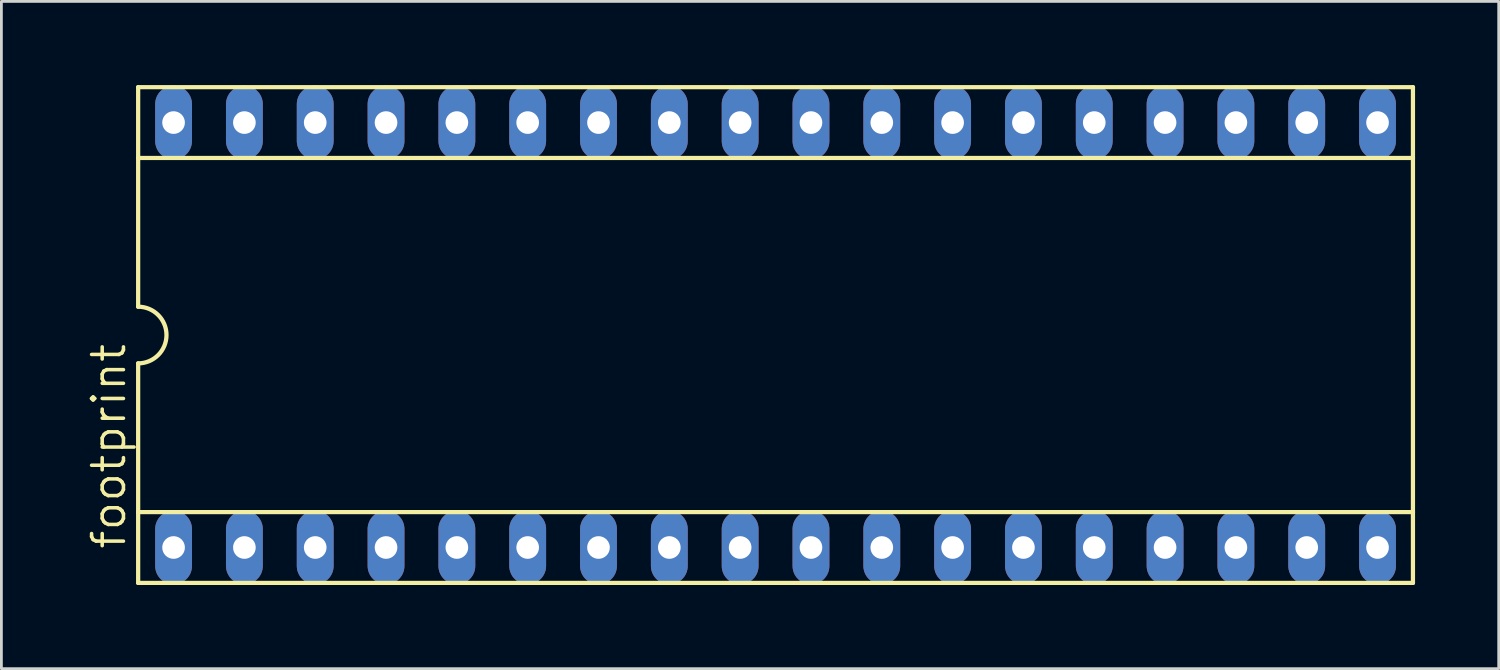
<source format=kicad_pcb>
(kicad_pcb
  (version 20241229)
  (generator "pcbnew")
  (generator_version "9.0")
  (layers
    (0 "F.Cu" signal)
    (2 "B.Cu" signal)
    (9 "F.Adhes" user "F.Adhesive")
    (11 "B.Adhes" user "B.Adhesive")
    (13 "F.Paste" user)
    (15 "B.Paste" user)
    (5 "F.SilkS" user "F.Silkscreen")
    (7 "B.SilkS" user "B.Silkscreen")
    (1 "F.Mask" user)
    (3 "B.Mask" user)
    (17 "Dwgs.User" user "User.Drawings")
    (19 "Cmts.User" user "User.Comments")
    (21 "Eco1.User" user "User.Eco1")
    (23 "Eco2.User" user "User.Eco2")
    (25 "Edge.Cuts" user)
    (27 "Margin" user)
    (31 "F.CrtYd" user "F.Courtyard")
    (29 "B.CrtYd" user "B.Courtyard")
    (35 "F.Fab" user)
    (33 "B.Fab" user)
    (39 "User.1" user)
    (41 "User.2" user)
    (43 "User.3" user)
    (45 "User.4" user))
  (footprint "footprint"
    (layer "F.Cu")
    (at 24.765 8.966)
    (property "Reference" "footprint" (at -23.241 7.747 90) (layer "F.SilkS") (effects (font (size 1.143 1.143) (thickness 0.127)) (justify left bottom)))
    (fp_line (start -22.86 -8.89) (end -22.86 -6.35) (stroke (width 0.152) (type solid)) (layer "F.SilkS"))
    (fp_line (start -22.86 -6.35) (end -22.86 -1.016) (stroke (width 0.152) (type solid)) (layer "F.SilkS"))
    (fp_line (start -22.86 -6.35) (end 22.86 -6.35) (stroke (width 0.152) (type solid)) (layer "F.SilkS"))
    (fp_line (start -22.86 6.35) (end -22.86 1.016) (stroke (width 0.152) (type solid)) (layer "F.SilkS"))
    (fp_line (start -22.86 6.35) (end 22.86 6.35) (stroke (width 0.152) (type solid)) (layer "F.SilkS"))
    (fp_line (start -22.86 8.89) (end -22.86 6.35) (stroke (width 0.152) (type solid)) (layer "F.SilkS"))
    (fp_line (start -22.86 8.89) (end 22.86 8.89) (stroke (width 0.152) (type solid)) (layer "F.SilkS"))
    (fp_line (start 22.86 -8.89) (end -22.86 -8.89) (stroke (width 0.152) (type solid)) (layer "F.SilkS"))
    (fp_line (start 22.86 -8.89) (end 22.86 -6.35) (stroke (width 0.152) (type solid)) (layer "F.SilkS"))
    (fp_line (start 22.86 -6.35) (end 22.86 6.35) (stroke (width 0.152) (type solid)) (layer "F.SilkS"))
    (fp_line (start 22.86 6.35) (end 22.86 8.89) (stroke (width 0.152) (type solid)) (layer "F.SilkS"))
    (fp_arc (start -22.86 -1.016) (mid -21.844 0) (end -22.86 1.016) (stroke (width 0.1524) (type solid)) (layer "F.SilkS"))
    (pad "1" thru_hole oval (at -21.59 7.62 90) (size 2.642 1.321) (drill 0.813) (layers "*.Cu" "*.Mask"))
    (pad "2" thru_hole oval (at -19.05 7.62 90) (size 2.642 1.321) (drill 0.813) (layers "*.Cu" "*.Mask"))
    (pad "3" thru_hole oval (at -16.51 7.62 90) (size 2.642 1.321) (drill 0.813) (layers "*.Cu" "*.Mask"))
    (pad "4" thru_hole oval (at -13.97 7.62 90) (size 2.642 1.321) (drill 0.813) (layers "*.Cu" "*.Mask"))
    (pad "5" thru_hole oval (at -11.43 7.62 90) (size 2.642 1.321) (drill 0.813) (layers "*.Cu" "*.Mask"))
    (pad "6" thru_hole oval (at -8.89 7.62 90) (size 2.642 1.321) (drill 0.813) (layers "*.Cu" "*.Mask"))
    (pad "7" thru_hole oval (at -6.35 7.62 90) (size 2.642 1.321) (drill 0.813) (layers "*.Cu" "*.Mask"))
    (pad "8" thru_hole oval (at -3.81 7.62 90) (size 2.642 1.321) (drill 0.813) (layers "*.Cu" "*.Mask"))
    (pad "9" thru_hole oval (at -1.27 7.62 90) (size 2.642 1.321) (drill 0.813) (layers "*.Cu" "*.Mask"))
    (pad "10" thru_hole oval (at 1.27 7.62 90) (size 2.642 1.321) (drill 0.813) (layers "*.Cu" "*.Mask"))
    (pad "11" thru_hole oval (at 3.81 7.62 90) (size 2.642 1.321) (drill 0.813) (layers "*.Cu" "*.Mask"))
    (pad "12" thru_hole oval (at 6.35 7.62 90) (size 2.642 1.321) (drill 0.813) (layers "*.Cu" "*.Mask"))
    (pad "13" thru_hole oval (at 8.89 7.62 90) (size 2.642 1.321) (drill 0.813) (layers "*.Cu" "*.Mask"))
    (pad "14" thru_hole oval (at 11.43 7.62 90) (size 2.642 1.321) (drill 0.813) (layers "*.Cu" "*.Mask"))
    (pad "15" thru_hole oval (at 13.97 7.62 90) (size 2.642 1.321) (drill 0.813) (layers "*.Cu" "*.Mask"))
    (pad "16" thru_hole oval (at 16.51 7.62 90) (size 2.642 1.321) (drill 0.813) (layers "*.Cu" "*.Mask"))
    (pad "17" thru_hole oval (at 19.05 7.62 90) (size 2.642 1.321) (drill 0.813) (layers "*.Cu" "*.Mask"))
    (pad "18" thru_hole oval (at 21.59 7.62 90) (size 2.642 1.321) (drill 0.813) (layers "*.Cu" "*.Mask"))
    (pad "19" thru_hole oval (at 21.59 -7.62 90) (size 2.642 1.321) (drill 0.813) (layers "*.Cu" "*.Mask"))
    (pad "20" thru_hole oval (at 19.05 -7.62 90) (size 2.642 1.321) (drill 0.813) (layers "*.Cu" "*.Mask"))
    (pad "21" thru_hole oval (at 16.51 -7.62 90) (size 2.642 1.321) (drill 0.813) (layers "*.Cu" "*.Mask"))
    (pad "22" thru_hole oval (at 13.97 -7.62 90) (size 2.642 1.321) (drill 0.813) (layers "*.Cu" "*.Mask"))
    (pad "23" thru_hole oval (at 11.43 -7.62 90) (size 2.642 1.321) (drill 0.813) (layers "*.Cu" "*.Mask"))
    (pad "24" thru_hole oval (at 8.89 -7.62 90) (size 2.642 1.321) (drill 0.813) (layers "*.Cu" "*.Mask"))
    (pad "25" thru_hole oval (at 6.35 -7.62 90) (size 2.642 1.321) (drill 0.813) (layers "*.Cu" "*.Mask"))
    (pad "26" thru_hole oval (at 3.81 -7.62 90) (size 2.642 1.321) (drill 0.813) (layers "*.Cu" "*.Mask"))
    (pad "27" thru_hole oval (at 1.27 -7.62 90) (size 2.642 1.321) (drill 0.813) (layers "*.Cu" "*.Mask"))
    (pad "28" thru_hole oval (at -1.27 -7.62 90) (size 2.642 1.321) (drill 0.813) (layers "*.Cu" "*.Mask"))
    (pad "29" thru_hole oval (at -3.81 -7.62 90) (size 2.642 1.321) (drill 0.813) (layers "*.Cu" "*.Mask"))
    (pad "30" thru_hole oval (at -6.35 -7.62 90) (size 2.642 1.321) (drill 0.813) (layers "*.Cu" "*.Mask"))
    (pad "31" thru_hole oval (at -8.89 -7.62 90) (size 2.642 1.321) (drill 0.813) (layers "*.Cu" "*.Mask"))
    (pad "32" thru_hole oval (at -11.43 -7.62 90) (size 2.642 1.321) (drill 0.813) (layers "*.Cu" "*.Mask"))
    (pad "33" thru_hole oval (at -13.97 -7.62 90) (size 2.642 1.321) (drill 0.813) (layers "*.Cu" "*.Mask"))
    (pad "34" thru_hole oval (at -16.51 -7.62 90) (size 2.642 1.321) (drill 0.813) (layers "*.Cu" "*.Mask"))
    (pad "35" thru_hole oval (at -19.05 -7.62 90) (size 2.642 1.321) (drill 0.813) (layers "*.Cu" "*.Mask"))
    (pad "36" thru_hole oval (at -21.59 -7.62 90) (size 2.642 1.321) (drill 0.813) (layers "*.Cu" "*.Mask")))
  (gr_rect
    (start -3 -3)
    (end 50.701 20.932)
    (stroke (width 0.1) (type default))
    (fill no)
    (layer "Edge.Cuts")))
</source>
